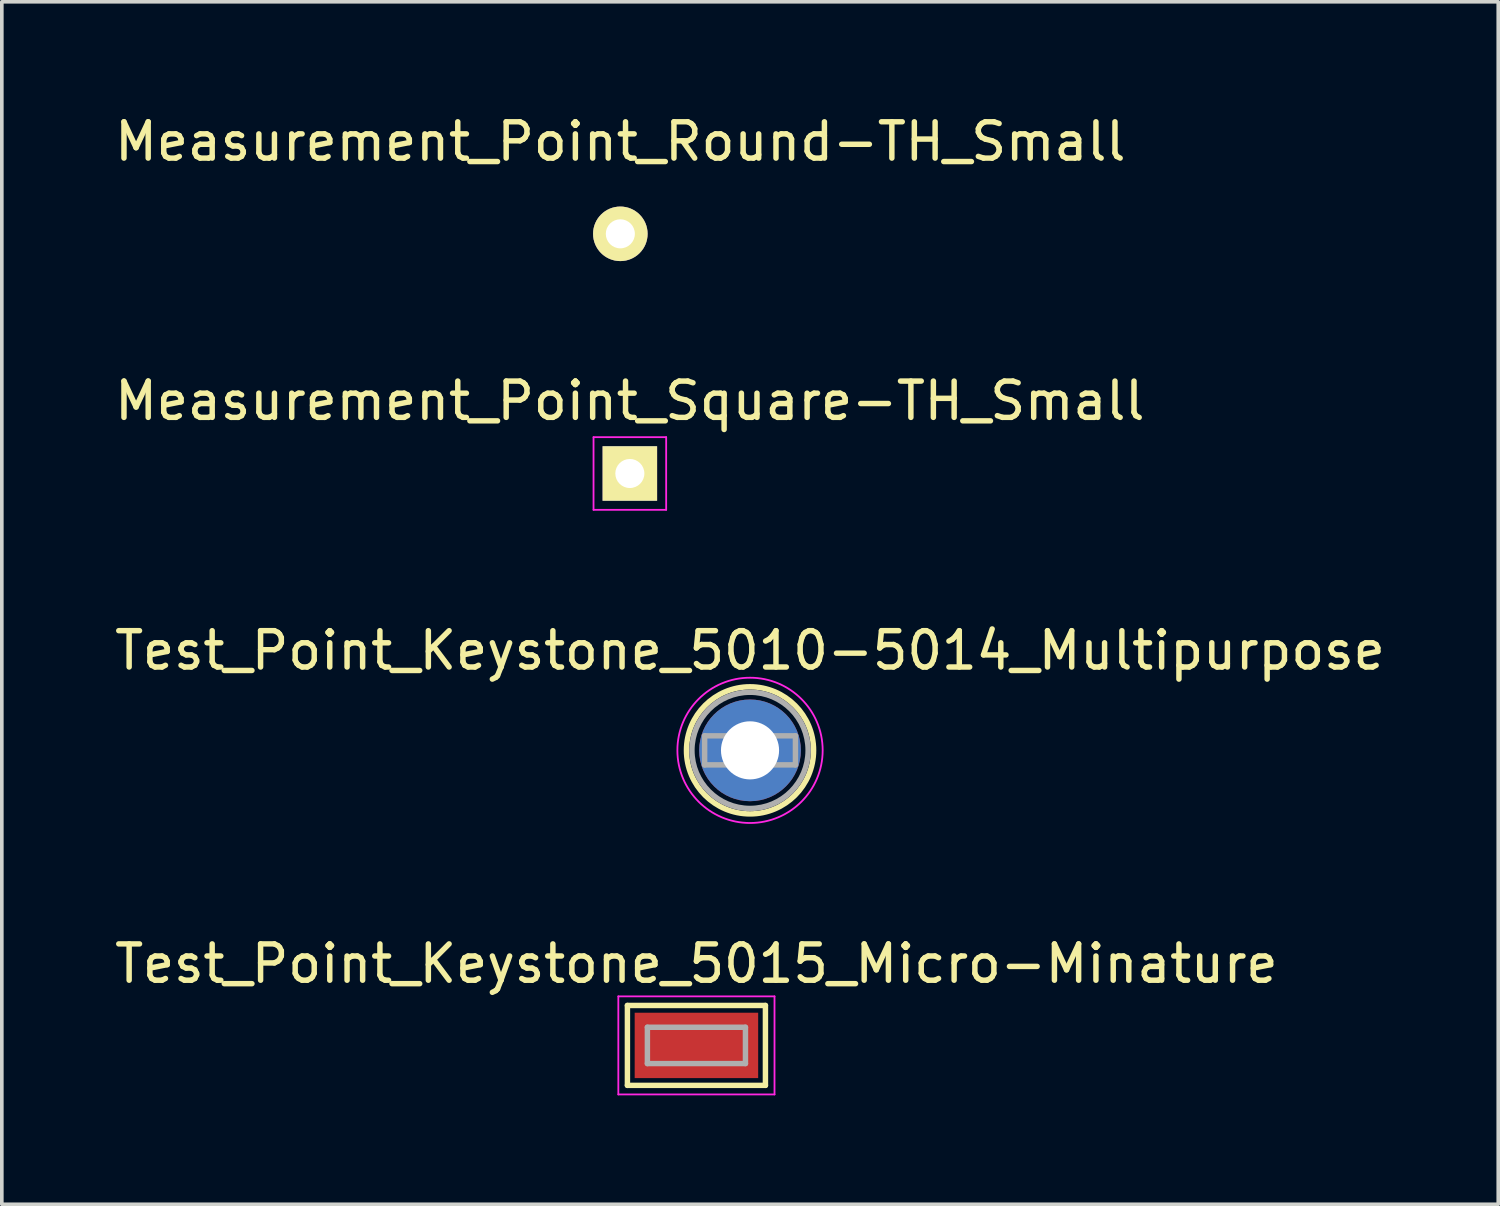
<source format=kicad_pcb>
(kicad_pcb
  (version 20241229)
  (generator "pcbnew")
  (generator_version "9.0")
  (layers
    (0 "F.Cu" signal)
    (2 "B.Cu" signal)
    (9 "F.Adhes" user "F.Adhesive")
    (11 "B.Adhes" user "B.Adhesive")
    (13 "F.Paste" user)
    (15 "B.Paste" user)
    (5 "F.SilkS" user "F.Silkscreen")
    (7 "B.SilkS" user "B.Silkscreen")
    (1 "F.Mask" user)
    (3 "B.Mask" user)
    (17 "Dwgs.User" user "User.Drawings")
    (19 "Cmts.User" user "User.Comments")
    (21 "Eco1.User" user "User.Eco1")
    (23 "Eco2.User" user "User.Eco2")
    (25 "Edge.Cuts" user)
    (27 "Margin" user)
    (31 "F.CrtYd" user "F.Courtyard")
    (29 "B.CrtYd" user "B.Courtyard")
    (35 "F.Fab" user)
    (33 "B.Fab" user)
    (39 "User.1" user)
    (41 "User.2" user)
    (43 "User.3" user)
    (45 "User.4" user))
  (footprint "Test_Point_Keystone_5015_Micro-Minature"
    (layer "F.Cu")
    (at 16.125 25.734)
    (property "Reference" "Test_Point_Keystone_5015_Micro-Minature" (at 0 -2.25 0) (layer "F.SilkS") (effects (font (size 1 1) (thickness 0.15))))
    (attr smd)
    (fp_line (start -1.9 -1.1) (end 1.9 -1.1) (stroke (width 0.15) (type solid)) (layer "F.SilkS"))
    (fp_line (start -1.9 1.1) (end -1.9 -1.1) (stroke (width 0.15) (type solid)) (layer "F.SilkS"))
    (fp_line (start 1.9 -1.1) (end 1.9 1.1) (stroke (width 0.15) (type solid)) (layer "F.SilkS"))
    (fp_line (start 1.9 1.1) (end -1.9 1.1) (stroke (width 0.15) (type solid)) (layer "F.SilkS"))
    (fp_line (start -2.15 -1.35) (end 2.15 -1.35) (stroke (width 0.05) (type solid)) (layer "F.CrtYd"))
    (fp_line (start -2.15 1.35) (end -2.15 -1.35) (stroke (width 0.05) (type solid)) (layer "F.CrtYd"))
    (fp_line (start 2.15 -1.35) (end 2.15 1.35) (stroke (width 0.05) (type solid)) (layer "F.CrtYd"))
    (fp_line (start 2.15 1.35) (end -2.15 1.35) (stroke (width 0.05) (type solid)) (layer "F.CrtYd"))
    (fp_line (start -1.35 0.5) (end -1.35 -0.5) (stroke (width 0.15) (type solid)) (layer "F.Fab"))
    (fp_line (start -1.35 0.5) (end 1.35 0.5) (stroke (width 0.15) (type solid)) (layer "F.Fab"))
    (fp_line (start 1.35 -0.5) (end -1.35 -0.5) (stroke (width 0.15) (type solid)) (layer "F.Fab"))
    (fp_line (start 1.35 -0.5) (end 1.35 0.5) (stroke (width 0.15) (type solid)) (layer "F.Fab"))
    (pad "1" smd rect (at 0 0) (size 3.4 1.8) (layers "F.Cu" "F.Mask" "F.Paste")))
  (footprint "Measurement_Point_Round-TH_Small"
    (layer "F.Cu")
    (at 14.03 3.388)
    (property "Reference" "Measurement_Point_Round-TH_Small" (at 0 -2.54 0) (layer "F.SilkS") (effects (font (size 1 1) (thickness 0.15))))
    (attr through_hole)
    (pad "1" thru_hole circle (at 0 0) (size 1.501 1.501) (drill 0.8) (layers "*.Cu" "*.Mask" "F.SilkS")))
  (footprint "Test_Point_Keystone_5010-5014_Multipurpose"
    (layer "F.Cu")
    (at 17.601 17.61)
    (property "Reference" "Test_Point_Keystone_5010-5014_Multipurpose" (at 0 -2.75 0) (layer "F.SilkS") (effects (font (size 1 1) (thickness 0.15))))
    (attr through_hole)
    (fp_circle (center 0 0) (end 1.75 0) (stroke (width 0.15) (type solid)) (fill no) (layer "F.SilkS"))
    (fp_circle (center 0 0) (end 2 0) (stroke (width 0.05) (type solid)) (fill no) (layer "F.CrtYd"))
    (fp_line (start -1.25 -0.4) (end 1.25 -0.4) (stroke (width 0.15) (type solid)) (layer "F.Fab"))
    (fp_line (start -1.25 0.4) (end -1.25 -0.4) (stroke (width 0.15) (type solid)) (layer "F.Fab"))
    (fp_line (start 1.25 -0.4) (end 1.25 0.4) (stroke (width 0.15) (type solid)) (layer "F.Fab"))
    (fp_line (start 1.25 0.4) (end -1.25 0.4) (stroke (width 0.15) (type solid)) (layer "F.Fab"))
    (fp_circle (center 0 0) (end 1.6 0) (stroke (width 0.15) (type solid)) (fill no) (layer "F.Fab"))
    (pad "1" thru_hole circle (at 0 0) (size 2.8 2.8) (drill 1.6) (layers "*.Cu" "*.Mask")))
  (footprint "Measurement_Point_Square-TH_Small"
    (layer "F.Cu")
    (at 14.292 9.987)
    (property "Reference" "Measurement_Point_Square-TH_Small" (at 0 -2 0) (layer "F.SilkS") (effects (font (size 1 1) (thickness 0.15))))
    (attr through_hole)
    (fp_line (start -1 -1) (end 1 -1) (stroke (width 0.05) (type solid)) (layer "F.CrtYd"))
    (fp_line (start -1 1) (end -1 -1) (stroke (width 0.05) (type solid)) (layer "F.CrtYd"))
    (fp_line (start 1 -1) (end 1 1) (stroke (width 0.05) (type solid)) (layer "F.CrtYd"))
    (fp_line (start 1 1) (end -1 1) (stroke (width 0.05) (type solid)) (layer "F.CrtYd"))
    (pad "1" thru_hole rect (at 0 0) (size 1.5 1.5) (drill 0.8) (layers "*.Cu" "*.Mask" "F.SilkS")))
  (gr_rect
    (start -3 -3)
    (end 38.202 30.109)
    (stroke (width 0.1) (type default))
    (fill no)
    (layer "Edge.Cuts")))
</source>
